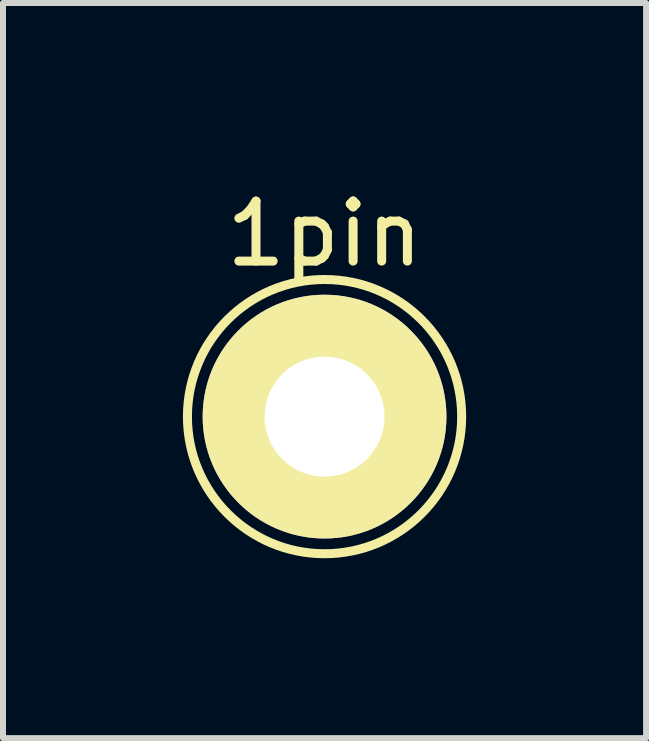
<source format=kicad_pcb>
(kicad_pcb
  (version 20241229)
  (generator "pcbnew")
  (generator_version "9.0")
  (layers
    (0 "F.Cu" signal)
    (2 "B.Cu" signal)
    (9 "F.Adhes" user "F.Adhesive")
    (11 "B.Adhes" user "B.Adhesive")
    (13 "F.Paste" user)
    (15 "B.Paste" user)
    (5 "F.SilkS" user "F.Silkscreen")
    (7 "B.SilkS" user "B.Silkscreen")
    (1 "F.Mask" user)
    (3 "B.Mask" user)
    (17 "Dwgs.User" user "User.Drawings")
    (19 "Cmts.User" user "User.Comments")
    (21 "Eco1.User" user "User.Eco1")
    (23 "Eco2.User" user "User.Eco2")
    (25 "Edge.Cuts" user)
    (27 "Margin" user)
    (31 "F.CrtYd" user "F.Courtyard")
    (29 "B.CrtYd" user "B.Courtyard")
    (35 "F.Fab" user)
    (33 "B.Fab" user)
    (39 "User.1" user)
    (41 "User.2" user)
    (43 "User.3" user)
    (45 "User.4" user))
  (footprint "1pin"
    (layer "F.Cu")
    (at 2.361 3.896)
    (property "Reference" "1pin" (at 0 -3.048 0) (layer "F.SilkS") (effects (font (size 1 1) (thickness 0.15))))
    (attr through_hole)
    (fp_circle (center 0 0) (end 0 -2.286) (stroke (width 0.15) (type solid)) (fill no) (layer "F.SilkS"))
    (pad "1" thru_hole circle (at 0 0) (size 4.064 4.064) (drill 2) (layers "*.Cu" "*.Mask" "F.SilkS")))
  (gr_rect
    (start -3 -3)
    (end 7.722 9.257)
    (stroke (width 0.1) (type default))
    (fill no)
    (layer "Edge.Cuts")))
</source>
